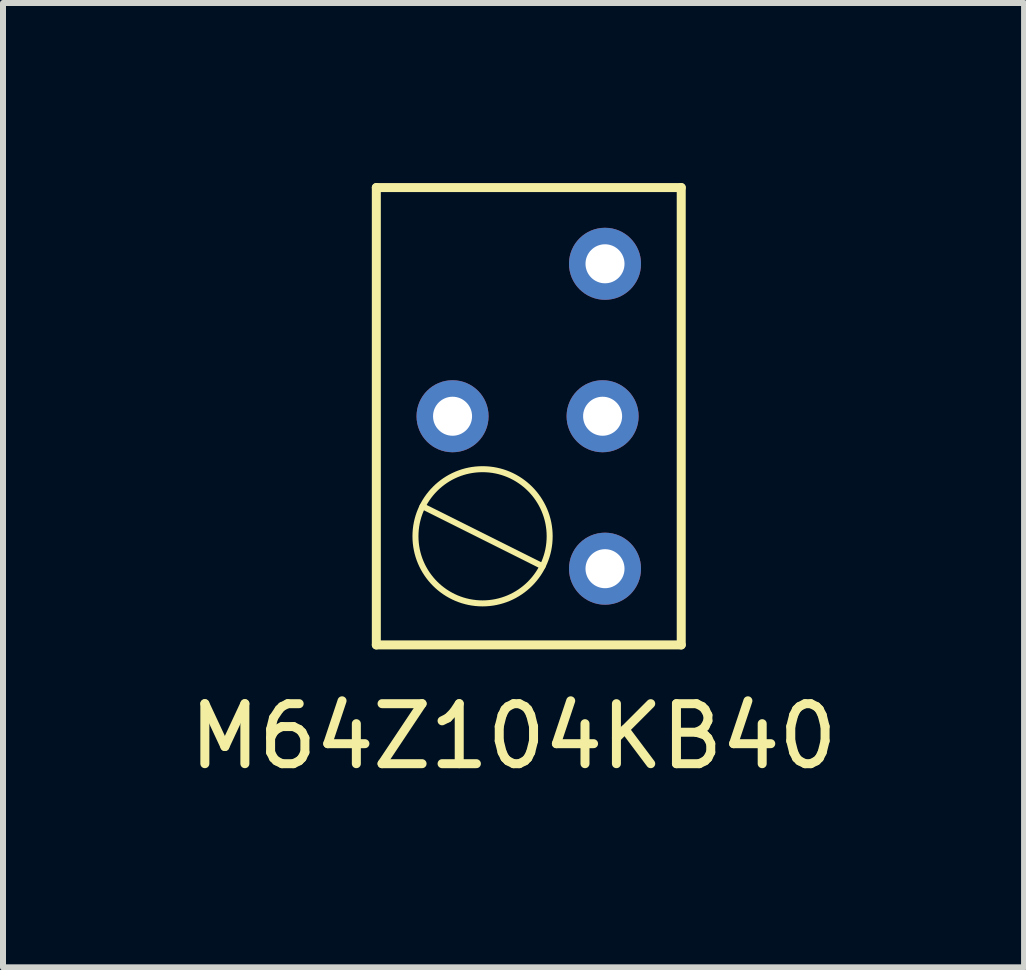
<source format=kicad_pcb>
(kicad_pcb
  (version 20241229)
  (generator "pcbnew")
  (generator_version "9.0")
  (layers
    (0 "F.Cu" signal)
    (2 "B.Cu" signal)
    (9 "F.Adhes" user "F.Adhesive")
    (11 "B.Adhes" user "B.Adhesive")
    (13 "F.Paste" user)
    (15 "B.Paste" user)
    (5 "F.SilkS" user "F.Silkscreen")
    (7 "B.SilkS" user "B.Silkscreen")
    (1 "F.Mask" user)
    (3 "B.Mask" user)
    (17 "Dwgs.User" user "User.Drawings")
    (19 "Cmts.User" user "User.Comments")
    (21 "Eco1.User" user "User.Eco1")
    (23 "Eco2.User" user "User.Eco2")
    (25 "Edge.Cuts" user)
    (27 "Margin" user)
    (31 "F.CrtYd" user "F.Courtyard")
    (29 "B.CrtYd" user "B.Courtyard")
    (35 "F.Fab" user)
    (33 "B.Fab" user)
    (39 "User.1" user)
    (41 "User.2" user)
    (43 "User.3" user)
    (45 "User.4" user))
  (footprint "M64Z104KB40"
    (layer "F.Cu")
    (at 4.49 3.885)
    (property "Reference" "M64Z104KB40" (at 1.016 5.334 0) (layer "F.SilkS") (effects (font (size 1 1) (thickness 0.15))))
    (attr through_hole)
    (fp_line (start -1.27 -3.81) (end 3.81 -3.81) (stroke (width 0.15) (type solid)) (layer "F.SilkS"))
    (fp_line (start -1.27 3.81) (end -1.27 -3.81) (stroke (width 0.15) (type solid)) (layer "F.SilkS"))
    (fp_line (start -0.5 1.5) (end 1.5 2.5) (stroke (width 0.1) (type default)) (layer "F.SilkS"))
    (fp_line (start 3.81 -3.81) (end 3.81 3.81) (stroke (width 0.15) (type solid)) (layer "F.SilkS"))
    (fp_line (start 3.81 3.81) (end -1.27 3.81) (stroke (width 0.15) (type solid)) (layer "F.SilkS"))
    (fp_circle (center 0.5 2) (end 1.5 1.5) (stroke (width 0.1) (type default)) (fill no) (layer "F.SilkS"))
    (pad "1" thru_hole circle (at 2.54 2.54) (size 1.2 1.2) (drill 0.65) (layers "*.Cu" "*.Mask"))
    (pad "2" thru_hole circle (at 0 0) (size 1.2 1.2) (drill 0.65) (layers "*.Cu" "*.Mask"))
    (pad "2" thru_hole circle (at 2.5 0) (size 1.2 1.2) (drill 0.65) (layers "*.Cu" "*.Mask"))
    (pad "3" thru_hole circle (at 2.54 -2.54) (size 1.2 1.2) (drill 0.65) (layers "*.Cu" "*.Mask")))
  (gr_rect
    (start -3 -3)
    (end 14.012 13.067)
    (stroke (width 0.1) (type default))
    (fill no)
    (layer "Edge.Cuts")))
</source>
